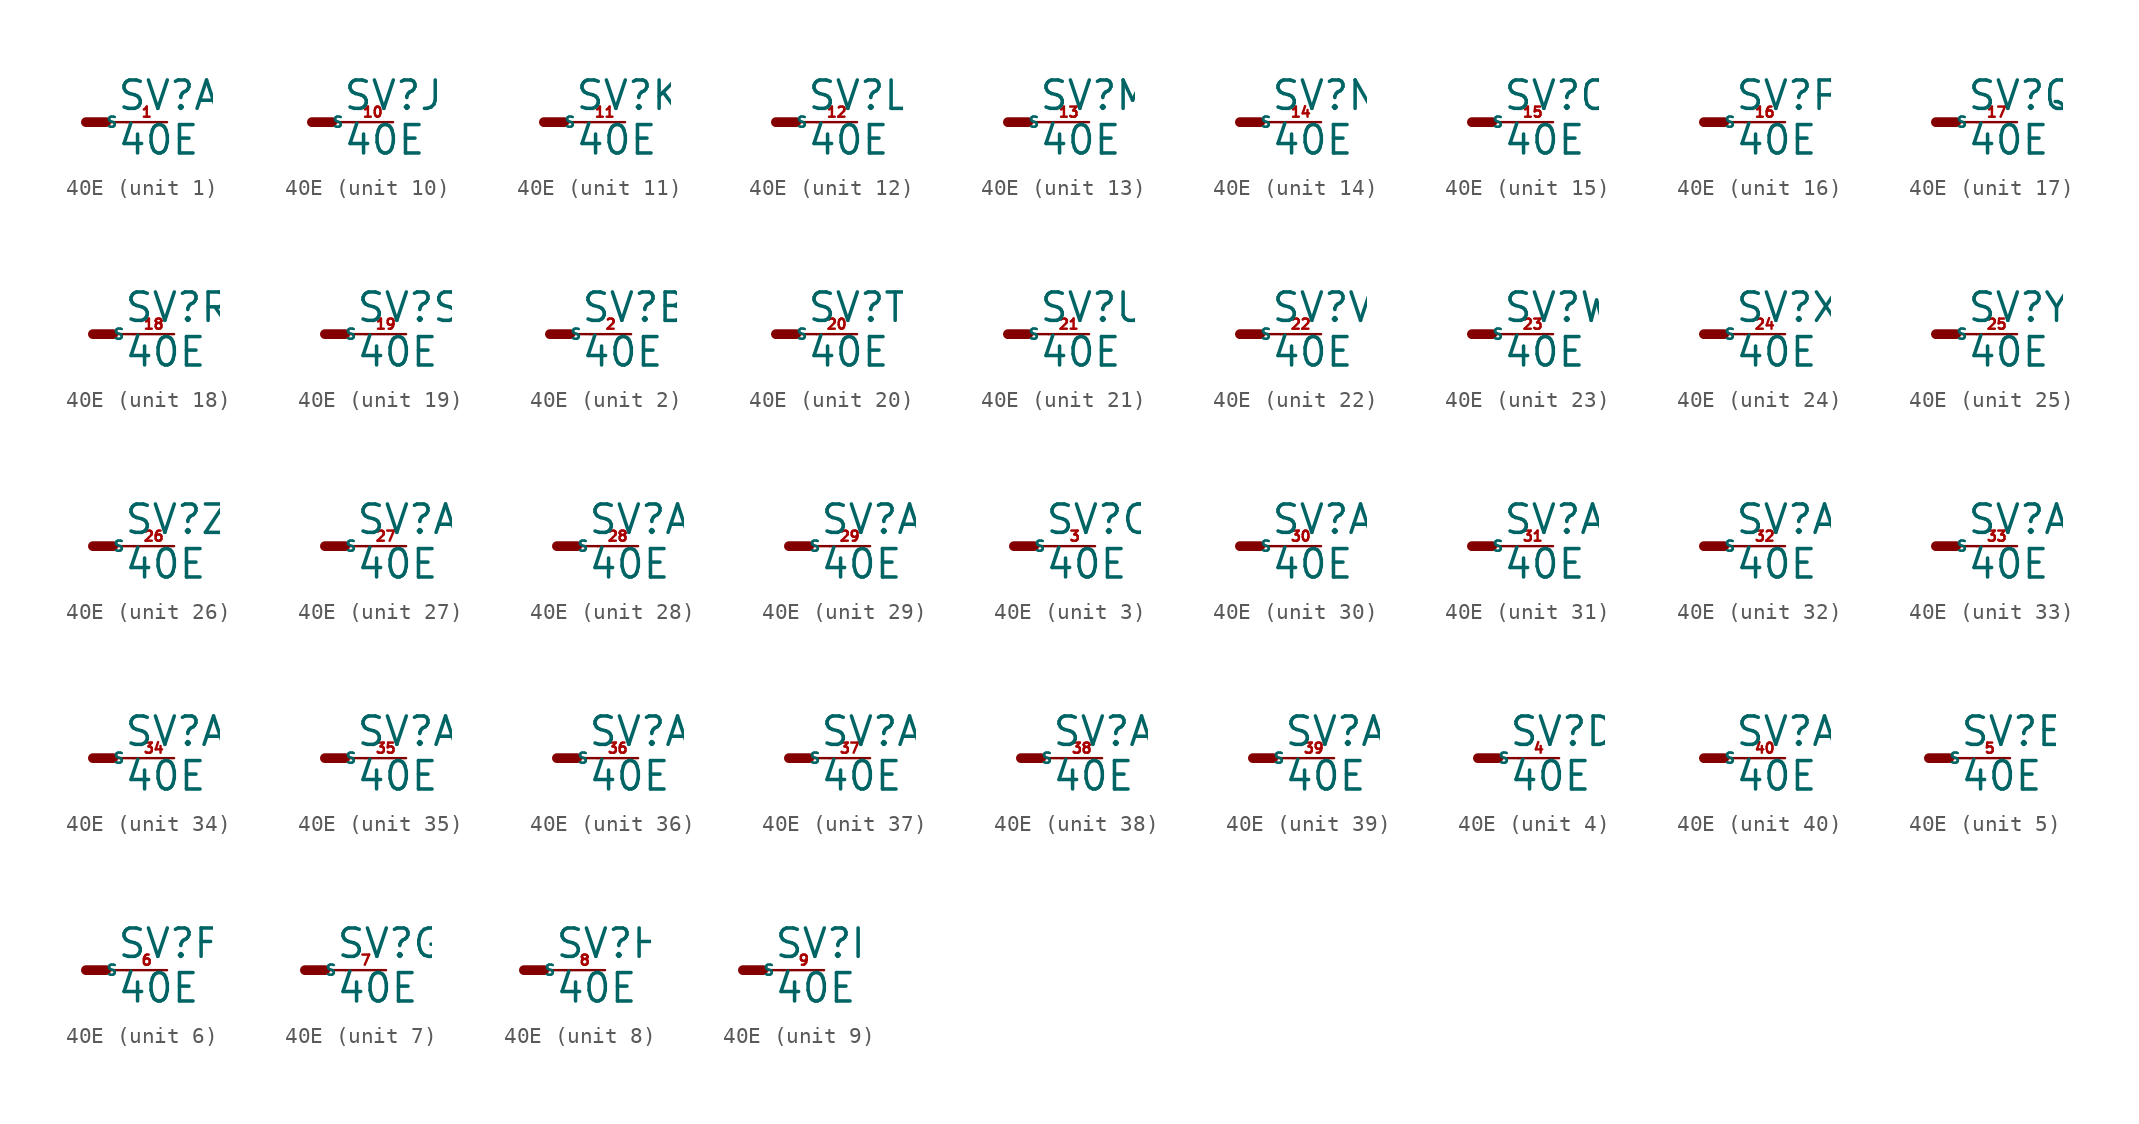
<source format=kicad_sym>
(kicad_symbol_lib
  (version 20220914)
  (generator Eagle2Kicad)
  (symbol "40E"
    (property "Reference" "SV"
      (at 1.905 0.635 0)
      (effects (font (size 1.778 1.778) (thickness 0.22)) (justify left bottom)))
    (property "Value" "40E"
      (at 1.905 -2.159 0)
      (effects (font (size 1.778 1.778) (thickness 0.22)) (justify left bottom)))
    (symbol "40E_1_0"
      (polyline (pts (xy 0 0) (xy 1.27 0)) (stroke (width 0.61) (type default)) (fill (type none)))
      (polyline (pts (xy 2.54 0) (xy 1.27 0)) (stroke (width 0.152) (type default)) (fill (type none)))
      (pin passive line (at 5.08 0 180) (length 2.54) (name "S" (effects (font (size 0.635 0.635) (thickness 0.08)) (justify left bottom))) (number "1" (effects (font (size 0.635 0.635) (thickness 0.08)) (justify left bottom)))))
    (symbol "40E_2_0"
      (polyline (pts (xy 0 0) (xy 1.27 0)) (stroke (width 0.61) (type default)) (fill (type none)))
      (polyline (pts (xy 2.54 0) (xy 1.27 0)) (stroke (width 0.152) (type default)) (fill (type none)))
      (pin passive line (at 5.08 0 180) (length 2.54) (name "S" (effects (font (size 0.635 0.635) (thickness 0.08)) (justify left bottom))) (number "2" (effects (font (size 0.635 0.635) (thickness 0.08)) (justify left bottom)))))
    (symbol "40E_3_0"
      (polyline (pts (xy 0 0) (xy 1.27 0)) (stroke (width 0.61) (type default)) (fill (type none)))
      (polyline (pts (xy 2.54 0) (xy 1.27 0)) (stroke (width 0.152) (type default)) (fill (type none)))
      (pin passive line (at 5.08 0 180) (length 2.54) (name "S" (effects (font (size 0.635 0.635) (thickness 0.08)) (justify left bottom))) (number "3" (effects (font (size 0.635 0.635) (thickness 0.08)) (justify left bottom)))))
    (symbol "40E_4_0"
      (polyline (pts (xy 0 0) (xy 1.27 0)) (stroke (width 0.61) (type default)) (fill (type none)))
      (polyline (pts (xy 2.54 0) (xy 1.27 0)) (stroke (width 0.152) (type default)) (fill (type none)))
      (pin passive line (at 5.08 0 180) (length 2.54) (name "S" (effects (font (size 0.635 0.635) (thickness 0.08)) (justify left bottom))) (number "4" (effects (font (size 0.635 0.635) (thickness 0.08)) (justify left bottom)))))
    (symbol "40E_5_0"
      (polyline (pts (xy 0 0) (xy 1.27 0)) (stroke (width 0.61) (type default)) (fill (type none)))
      (polyline (pts (xy 2.54 0) (xy 1.27 0)) (stroke (width 0.152) (type default)) (fill (type none)))
      (pin passive line (at 5.08 0 180) (length 2.54) (name "S" (effects (font (size 0.635 0.635) (thickness 0.08)) (justify left bottom))) (number "5" (effects (font (size 0.635 0.635) (thickness 0.08)) (justify left bottom)))))
    (symbol "40E_6_0"
      (polyline (pts (xy 0 0) (xy 1.27 0)) (stroke (width 0.61) (type default)) (fill (type none)))
      (polyline (pts (xy 2.54 0) (xy 1.27 0)) (stroke (width 0.152) (type default)) (fill (type none)))
      (pin passive line (at 5.08 0 180) (length 2.54) (name "S" (effects (font (size 0.635 0.635) (thickness 0.08)) (justify left bottom))) (number "6" (effects (font (size 0.635 0.635) (thickness 0.08)) (justify left bottom)))))
    (symbol "40E_7_0"
      (polyline (pts (xy 0 0) (xy 1.27 0)) (stroke (width 0.61) (type default)) (fill (type none)))
      (polyline (pts (xy 2.54 0) (xy 1.27 0)) (stroke (width 0.152) (type default)) (fill (type none)))
      (pin passive line (at 5.08 0 180) (length 2.54) (name "S" (effects (font (size 0.635 0.635) (thickness 0.08)) (justify left bottom))) (number "7" (effects (font (size 0.635 0.635) (thickness 0.08)) (justify left bottom)))))
    (symbol "40E_8_0"
      (polyline (pts (xy 0 0) (xy 1.27 0)) (stroke (width 0.61) (type default)) (fill (type none)))
      (polyline (pts (xy 2.54 0) (xy 1.27 0)) (stroke (width 0.152) (type default)) (fill (type none)))
      (pin passive line (at 5.08 0 180) (length 2.54) (name "S" (effects (font (size 0.635 0.635) (thickness 0.08)) (justify left bottom))) (number "8" (effects (font (size 0.635 0.635) (thickness 0.08)) (justify left bottom)))))
    (symbol "40E_9_0"
      (polyline (pts (xy 0 0) (xy 1.27 0)) (stroke (width 0.61) (type default)) (fill (type none)))
      (polyline (pts (xy 2.54 0) (xy 1.27 0)) (stroke (width 0.152) (type default)) (fill (type none)))
      (pin passive line (at 5.08 0 180) (length 2.54) (name "S" (effects (font (size 0.635 0.635) (thickness 0.08)) (justify left bottom))) (number "9" (effects (font (size 0.635 0.635) (thickness 0.08)) (justify left bottom)))))
    (symbol "40E_10_0"
      (polyline (pts (xy 0 0) (xy 1.27 0)) (stroke (width 0.61) (type default)) (fill (type none)))
      (polyline (pts (xy 2.54 0) (xy 1.27 0)) (stroke (width 0.152) (type default)) (fill (type none)))
      (pin passive line (at 5.08 0 180) (length 2.54) (name "S" (effects (font (size 0.635 0.635) (thickness 0.08)) (justify left bottom))) (number "10" (effects (font (size 0.635 0.635) (thickness 0.08)) (justify left bottom)))))
    (symbol "40E_11_0"
      (polyline (pts (xy 0 0) (xy 1.27 0)) (stroke (width 0.61) (type default)) (fill (type none)))
      (polyline (pts (xy 2.54 0) (xy 1.27 0)) (stroke (width 0.152) (type default)) (fill (type none)))
      (pin passive line (at 5.08 0 180) (length 2.54) (name "S" (effects (font (size 0.635 0.635) (thickness 0.08)) (justify left bottom))) (number "11" (effects (font (size 0.635 0.635) (thickness 0.08)) (justify left bottom)))))
    (symbol "40E_12_0"
      (polyline (pts (xy 0 0) (xy 1.27 0)) (stroke (width 0.61) (type default)) (fill (type none)))
      (polyline (pts (xy 2.54 0) (xy 1.27 0)) (stroke (width 0.152) (type default)) (fill (type none)))
      (pin passive line (at 5.08 0 180) (length 2.54) (name "S" (effects (font (size 0.635 0.635) (thickness 0.08)) (justify left bottom))) (number "12" (effects (font (size 0.635 0.635) (thickness 0.08)) (justify left bottom)))))
    (symbol "40E_13_0"
      (polyline (pts (xy 0 0) (xy 1.27 0)) (stroke (width 0.61) (type default)) (fill (type none)))
      (polyline (pts (xy 2.54 0) (xy 1.27 0)) (stroke (width 0.152) (type default)) (fill (type none)))
      (pin passive line (at 5.08 0 180) (length 2.54) (name "S" (effects (font (size 0.635 0.635) (thickness 0.08)) (justify left bottom))) (number "13" (effects (font (size 0.635 0.635) (thickness 0.08)) (justify left bottom)))))
    (symbol "40E_14_0"
      (polyline (pts (xy 0 0) (xy 1.27 0)) (stroke (width 0.61) (type default)) (fill (type none)))
      (polyline (pts (xy 2.54 0) (xy 1.27 0)) (stroke (width 0.152) (type default)) (fill (type none)))
      (pin passive line (at 5.08 0 180) (length 2.54) (name "S" (effects (font (size 0.635 0.635) (thickness 0.08)) (justify left bottom))) (number "14" (effects (font (size 0.635 0.635) (thickness 0.08)) (justify left bottom)))))
    (symbol "40E_15_0"
      (polyline (pts (xy 0 0) (xy 1.27 0)) (stroke (width 0.61) (type default)) (fill (type none)))
      (polyline (pts (xy 2.54 0) (xy 1.27 0)) (stroke (width 0.152) (type default)) (fill (type none)))
      (pin passive line (at 5.08 0 180) (length 2.54) (name "S" (effects (font (size 0.635 0.635) (thickness 0.08)) (justify left bottom))) (number "15" (effects (font (size 0.635 0.635) (thickness 0.08)) (justify left bottom)))))
    (symbol "40E_16_0"
      (polyline (pts (xy 0 0) (xy 1.27 0)) (stroke (width 0.61) (type default)) (fill (type none)))
      (polyline (pts (xy 2.54 0) (xy 1.27 0)) (stroke (width 0.152) (type default)) (fill (type none)))
      (pin passive line (at 5.08 0 180) (length 2.54) (name "S" (effects (font (size 0.635 0.635) (thickness 0.08)) (justify left bottom))) (number "16" (effects (font (size 0.635 0.635) (thickness 0.08)) (justify left bottom)))))
    (symbol "40E_17_0"
      (polyline (pts (xy 0 0) (xy 1.27 0)) (stroke (width 0.61) (type default)) (fill (type none)))
      (polyline (pts (xy 2.54 0) (xy 1.27 0)) (stroke (width 0.152) (type default)) (fill (type none)))
      (pin passive line (at 5.08 0 180) (length 2.54) (name "S" (effects (font (size 0.635 0.635) (thickness 0.08)) (justify left bottom))) (number "17" (effects (font (size 0.635 0.635) (thickness 0.08)) (justify left bottom)))))
    (symbol "40E_18_0"
      (polyline (pts (xy 0 0) (xy 1.27 0)) (stroke (width 0.61) (type default)) (fill (type none)))
      (polyline (pts (xy 2.54 0) (xy 1.27 0)) (stroke (width 0.152) (type default)) (fill (type none)))
      (pin passive line (at 5.08 0 180) (length 2.54) (name "S" (effects (font (size 0.635 0.635) (thickness 0.08)) (justify left bottom))) (number "18" (effects (font (size 0.635 0.635) (thickness 0.08)) (justify left bottom)))))
    (symbol "40E_19_0"
      (polyline (pts (xy 0 0) (xy 1.27 0)) (stroke (width 0.61) (type default)) (fill (type none)))
      (polyline (pts (xy 2.54 0) (xy 1.27 0)) (stroke (width 0.152) (type default)) (fill (type none)))
      (pin passive line (at 5.08 0 180) (length 2.54) (name "S" (effects (font (size 0.635 0.635) (thickness 0.08)) (justify left bottom))) (number "19" (effects (font (size 0.635 0.635) (thickness 0.08)) (justify left bottom)))))
    (symbol "40E_20_0"
      (polyline (pts (xy 0 0) (xy 1.27 0)) (stroke (width 0.61) (type default)) (fill (type none)))
      (polyline (pts (xy 2.54 0) (xy 1.27 0)) (stroke (width 0.152) (type default)) (fill (type none)))
      (pin passive line (at 5.08 0 180) (length 2.54) (name "S" (effects (font (size 0.635 0.635) (thickness 0.08)) (justify left bottom))) (number "20" (effects (font (size 0.635 0.635) (thickness 0.08)) (justify left bottom)))))
    (symbol "40E_21_0"
      (polyline (pts (xy 0 0) (xy 1.27 0)) (stroke (width 0.61) (type default)) (fill (type none)))
      (polyline (pts (xy 2.54 0) (xy 1.27 0)) (stroke (width 0.152) (type default)) (fill (type none)))
      (pin passive line (at 5.08 0 180) (length 2.54) (name "S" (effects (font (size 0.635 0.635) (thickness 0.08)) (justify left bottom))) (number "21" (effects (font (size 0.635 0.635) (thickness 0.08)) (justify left bottom)))))
    (symbol "40E_22_0"
      (polyline (pts (xy 0 0) (xy 1.27 0)) (stroke (width 0.61) (type default)) (fill (type none)))
      (polyline (pts (xy 2.54 0) (xy 1.27 0)) (stroke (width 0.152) (type default)) (fill (type none)))
      (pin passive line (at 5.08 0 180) (length 2.54) (name "S" (effects (font (size 0.635 0.635) (thickness 0.08)) (justify left bottom))) (number "22" (effects (font (size 0.635 0.635) (thickness 0.08)) (justify left bottom)))))
    (symbol "40E_23_0"
      (polyline (pts (xy 0 0) (xy 1.27 0)) (stroke (width 0.61) (type default)) (fill (type none)))
      (polyline (pts (xy 2.54 0) (xy 1.27 0)) (stroke (width 0.152) (type default)) (fill (type none)))
      (pin passive line (at 5.08 0 180) (length 2.54) (name "S" (effects (font (size 0.635 0.635) (thickness 0.08)) (justify left bottom))) (number "23" (effects (font (size 0.635 0.635) (thickness 0.08)) (justify left bottom)))))
    (symbol "40E_24_0"
      (polyline (pts (xy 0 0) (xy 1.27 0)) (stroke (width 0.61) (type default)) (fill (type none)))
      (polyline (pts (xy 2.54 0) (xy 1.27 0)) (stroke (width 0.152) (type default)) (fill (type none)))
      (pin passive line (at 5.08 0 180) (length 2.54) (name "S" (effects (font (size 0.635 0.635) (thickness 0.08)) (justify left bottom))) (number "24" (effects (font (size 0.635 0.635) (thickness 0.08)) (justify left bottom)))))
    (symbol "40E_25_0"
      (polyline (pts (xy 0 0) (xy 1.27 0)) (stroke (width 0.61) (type default)) (fill (type none)))
      (polyline (pts (xy 2.54 0) (xy 1.27 0)) (stroke (width 0.152) (type default)) (fill (type none)))
      (pin passive line (at 5.08 0 180) (length 2.54) (name "S" (effects (font (size 0.635 0.635) (thickness 0.08)) (justify left bottom))) (number "25" (effects (font (size 0.635 0.635) (thickness 0.08)) (justify left bottom)))))
    (symbol "40E_26_0"
      (polyline (pts (xy 0 0) (xy 1.27 0)) (stroke (width 0.61) (type default)) (fill (type none)))
      (polyline (pts (xy 2.54 0) (xy 1.27 0)) (stroke (width 0.152) (type default)) (fill (type none)))
      (pin passive line (at 5.08 0 180) (length 2.54) (name "S" (effects (font (size 0.635 0.635) (thickness 0.08)) (justify left bottom))) (number "26" (effects (font (size 0.635 0.635) (thickness 0.08)) (justify left bottom)))))
    (symbol "40E_27_0"
      (polyline (pts (xy 0 0) (xy 1.27 0)) (stroke (width 0.61) (type default)) (fill (type none)))
      (polyline (pts (xy 2.54 0) (xy 1.27 0)) (stroke (width 0.152) (type default)) (fill (type none)))
      (pin passive line (at 5.08 0 180) (length 2.54) (name "S" (effects (font (size 0.635 0.635) (thickness 0.08)) (justify left bottom))) (number "27" (effects (font (size 0.635 0.635) (thickness 0.08)) (justify left bottom)))))
    (symbol "40E_28_0"
      (polyline (pts (xy 0 0) (xy 1.27 0)) (stroke (width 0.61) (type default)) (fill (type none)))
      (polyline (pts (xy 2.54 0) (xy 1.27 0)) (stroke (width 0.152) (type default)) (fill (type none)))
      (pin passive line (at 5.08 0 180) (length 2.54) (name "S" (effects (font (size 0.635 0.635) (thickness 0.08)) (justify left bottom))) (number "28" (effects (font (size 0.635 0.635) (thickness 0.08)) (justify left bottom)))))
    (symbol "40E_29_0"
      (polyline (pts (xy 0 0) (xy 1.27 0)) (stroke (width 0.61) (type default)) (fill (type none)))
      (polyline (pts (xy 2.54 0) (xy 1.27 0)) (stroke (width 0.152) (type default)) (fill (type none)))
      (pin passive line (at 5.08 0 180) (length 2.54) (name "S" (effects (font (size 0.635 0.635) (thickness 0.08)) (justify left bottom))) (number "29" (effects (font (size 0.635 0.635) (thickness 0.08)) (justify left bottom)))))
    (symbol "40E_30_0"
      (polyline (pts (xy 0 0) (xy 1.27 0)) (stroke (width 0.61) (type default)) (fill (type none)))
      (polyline (pts (xy 2.54 0) (xy 1.27 0)) (stroke (width 0.152) (type default)) (fill (type none)))
      (pin passive line (at 5.08 0 180) (length 2.54) (name "S" (effects (font (size 0.635 0.635) (thickness 0.08)) (justify left bottom))) (number "30" (effects (font (size 0.635 0.635) (thickness 0.08)) (justify left bottom)))))
    (symbol "40E_31_0"
      (polyline (pts (xy 0 0) (xy 1.27 0)) (stroke (width 0.61) (type default)) (fill (type none)))
      (polyline (pts (xy 2.54 0) (xy 1.27 0)) (stroke (width 0.152) (type default)) (fill (type none)))
      (pin passive line (at 5.08 0 180) (length 2.54) (name "S" (effects (font (size 0.635 0.635) (thickness 0.08)) (justify left bottom))) (number "31" (effects (font (size 0.635 0.635) (thickness 0.08)) (justify left bottom)))))
    (symbol "40E_32_0"
      (polyline (pts (xy 0 0) (xy 1.27 0)) (stroke (width 0.61) (type default)) (fill (type none)))
      (polyline (pts (xy 2.54 0) (xy 1.27 0)) (stroke (width 0.152) (type default)) (fill (type none)))
      (pin passive line (at 5.08 0 180) (length 2.54) (name "S" (effects (font (size 0.635 0.635) (thickness 0.08)) (justify left bottom))) (number "32" (effects (font (size 0.635 0.635) (thickness 0.08)) (justify left bottom)))))
    (symbol "40E_33_0"
      (polyline (pts (xy 0 0) (xy 1.27 0)) (stroke (width 0.61) (type default)) (fill (type none)))
      (polyline (pts (xy 2.54 0) (xy 1.27 0)) (stroke (width 0.152) (type default)) (fill (type none)))
      (pin passive line (at 5.08 0 180) (length 2.54) (name "S" (effects (font (size 0.635 0.635) (thickness 0.08)) (justify left bottom))) (number "33" (effects (font (size 0.635 0.635) (thickness 0.08)) (justify left bottom)))))
    (symbol "40E_34_0"
      (polyline (pts (xy 0 0) (xy 1.27 0)) (stroke (width 0.61) (type default)) (fill (type none)))
      (polyline (pts (xy 2.54 0) (xy 1.27 0)) (stroke (width 0.152) (type default)) (fill (type none)))
      (pin passive line (at 5.08 0 180) (length 2.54) (name "S" (effects (font (size 0.635 0.635) (thickness 0.08)) (justify left bottom))) (number "34" (effects (font (size 0.635 0.635) (thickness 0.08)) (justify left bottom)))))
    (symbol "40E_35_0"
      (polyline (pts (xy 0 0) (xy 1.27 0)) (stroke (width 0.61) (type default)) (fill (type none)))
      (polyline (pts (xy 2.54 0) (xy 1.27 0)) (stroke (width 0.152) (type default)) (fill (type none)))
      (pin passive line (at 5.08 0 180) (length 2.54) (name "S" (effects (font (size 0.635 0.635) (thickness 0.08)) (justify left bottom))) (number "35" (effects (font (size 0.635 0.635) (thickness 0.08)) (justify left bottom)))))
    (symbol "40E_36_0"
      (polyline (pts (xy 0 0) (xy 1.27 0)) (stroke (width 0.61) (type default)) (fill (type none)))
      (polyline (pts (xy 2.54 0) (xy 1.27 0)) (stroke (width 0.152) (type default)) (fill (type none)))
      (pin passive line (at 5.08 0 180) (length 2.54) (name "S" (effects (font (size 0.635 0.635) (thickness 0.08)) (justify left bottom))) (number "36" (effects (font (size 0.635 0.635) (thickness 0.08)) (justify left bottom)))))
    (symbol "40E_37_0"
      (polyline (pts (xy 0 0) (xy 1.27 0)) (stroke (width 0.61) (type default)) (fill (type none)))
      (polyline (pts (xy 2.54 0) (xy 1.27 0)) (stroke (width 0.152) (type default)) (fill (type none)))
      (pin passive line (at 5.08 0 180) (length 2.54) (name "S" (effects (font (size 0.635 0.635) (thickness 0.08)) (justify left bottom))) (number "37" (effects (font (size 0.635 0.635) (thickness 0.08)) (justify left bottom)))))
    (symbol "40E_38_0"
      (polyline (pts (xy 0 0) (xy 1.27 0)) (stroke (width 0.61) (type default)) (fill (type none)))
      (polyline (pts (xy 2.54 0) (xy 1.27 0)) (stroke (width 0.152) (type default)) (fill (type none)))
      (pin passive line (at 5.08 0 180) (length 2.54) (name "S" (effects (font (size 0.635 0.635) (thickness 0.08)) (justify left bottom))) (number "38" (effects (font (size 0.635 0.635) (thickness 0.08)) (justify left bottom)))))
    (symbol "40E_39_0"
      (polyline (pts (xy 0 0) (xy 1.27 0)) (stroke (width 0.61) (type default)) (fill (type none)))
      (polyline (pts (xy 2.54 0) (xy 1.27 0)) (stroke (width 0.152) (type default)) (fill (type none)))
      (pin passive line (at 5.08 0 180) (length 2.54) (name "S" (effects (font (size 0.635 0.635) (thickness 0.08)) (justify left bottom))) (number "39" (effects (font (size 0.635 0.635) (thickness 0.08)) (justify left bottom)))))
    (symbol "40E_40_0"
      (polyline (pts (xy 0 0) (xy 1.27 0)) (stroke (width 0.61) (type default)) (fill (type none)))
      (polyline (pts (xy 2.54 0) (xy 1.27 0)) (stroke (width 0.152) (type default)) (fill (type none)))
      (pin passive line (at 5.08 0 180) (length 2.54) (name "S" (effects (font (size 0.635 0.635) (thickness 0.08)) (justify left bottom))) (number "40" (effects (font (size 0.635 0.635) (thickness 0.08)) (justify left bottom)))))))
</source>
